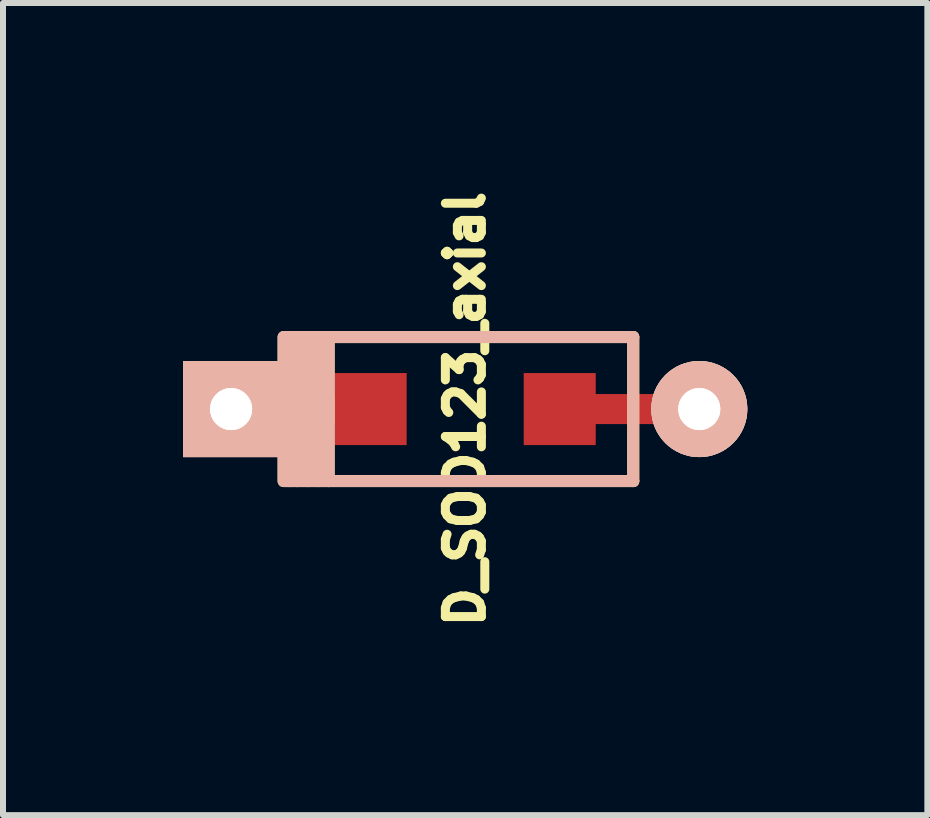
<source format=kicad_pcb>
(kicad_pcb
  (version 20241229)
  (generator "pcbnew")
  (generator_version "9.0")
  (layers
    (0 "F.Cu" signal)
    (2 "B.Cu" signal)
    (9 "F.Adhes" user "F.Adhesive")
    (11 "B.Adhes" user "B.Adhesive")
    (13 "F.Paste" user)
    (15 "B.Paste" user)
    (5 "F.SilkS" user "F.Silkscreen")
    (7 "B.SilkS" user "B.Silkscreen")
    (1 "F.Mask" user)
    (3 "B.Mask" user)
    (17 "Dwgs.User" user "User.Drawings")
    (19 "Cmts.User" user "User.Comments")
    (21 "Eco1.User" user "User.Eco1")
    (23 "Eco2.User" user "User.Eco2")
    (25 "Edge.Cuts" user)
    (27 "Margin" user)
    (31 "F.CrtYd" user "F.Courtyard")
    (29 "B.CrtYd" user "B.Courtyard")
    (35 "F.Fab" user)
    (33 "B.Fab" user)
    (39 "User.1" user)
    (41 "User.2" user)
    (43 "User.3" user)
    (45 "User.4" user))
  (footprint "D_SOD123_axial"
    (layer "F.Cu")
    (at 4.7 3.765)
    (property "Reference" "D_SOD123_axial" (at 0 0 270) (layer "F.SilkS") (effects (font (size 0.6 0.6) (thickness 0.15))))
    (attr smd)
    (fp_line (start -3.025 1.2) (end -3.025 -1.2) (stroke (width 0.2) (type solid)) (layer "F.SilkS"))
    (fp_line (start -3 -1.2) (end 2.8 -1.2) (stroke (width 0.2) (type solid)) (layer "F.SilkS"))
    (fp_line (start -2.925 -1.2) (end -2.925 1.2) (stroke (width 0.2) (type solid)) (layer "F.SilkS"))
    (fp_line (start -2.8 -1.2) (end -2.8 1.2) (stroke (width 0.2) (type solid)) (layer "F.SilkS"))
    (fp_line (start -2.625 -1.2) (end -2.625 1.2) (stroke (width 0.2) (type solid)) (layer "F.SilkS"))
    (fp_line (start -2.45 -1.2) (end -2.45 1.2) (stroke (width 0.2) (type solid)) (layer "F.SilkS"))
    (fp_line (start -2.275 -1.2) (end -2.275 1.2) (stroke (width 0.2) (type solid)) (layer "F.SilkS"))
    (fp_line (start 2.8 -1.2) (end 2.8 1.2) (stroke (width 0.2) (type solid)) (layer "F.SilkS"))
    (fp_line (start 2.8 1.2) (end -3 1.2) (stroke (width 0.2) (type solid)) (layer "F.SilkS"))
    (fp_line (start -3.025 -1.2) (end -3.025 1.2) (stroke (width 0.2) (type solid)) (layer "B.SilkS"))
    (fp_line (start -3 1.2) (end 2.8 1.2) (stroke (width 0.2) (type solid)) (layer "B.SilkS"))
    (fp_line (start -2.925 1.2) (end -2.925 -1.2) (stroke (width 0.2) (type solid)) (layer "B.SilkS"))
    (fp_line (start -2.8 1.2) (end -2.8 -1.2) (stroke (width 0.2) (type solid)) (layer "B.SilkS"))
    (fp_line (start -2.625 1.2) (end -2.625 -1.2) (stroke (width 0.2) (type solid)) (layer "B.SilkS"))
    (fp_line (start -2.45 1.2) (end -2.45 -1.2) (stroke (width 0.2) (type solid)) (layer "B.SilkS"))
    (fp_line (start -2.275 1.2) (end -2.275 -1.2) (stroke (width 0.2) (type solid)) (layer "B.SilkS"))
    (fp_line (start 2.8 -1.2) (end -3 -1.2) (stroke (width 0.2) (type solid)) (layer "B.SilkS"))
    (fp_line (start 2.8 1.2) (end 2.8 -1.2) (stroke (width 0.2) (type solid)) (layer "B.SilkS"))
    (pad "1" thru_hole rect (at -3.9 0) (size 1.6 1.6) (drill 0.7) (layers "*.Cu" "*.Mask" "F.SilkS"))
    (pad "1" thru_hole rect (at -3.9 0) (size 1.6 1.6) (drill 0.7) (layers "*.Cu" "*.Mask" "B.SilkS"))
    (pad "1" smd rect (at -2.7 0) (size 2.5 0.5) (layers "F.Cu"))
    (pad "1" smd rect (at -1.575 0) (size 1.2 1.2) (layers "F.Cu" "F.Mask" "F.Paste"))
    (pad "2" smd rect (at 1.575 0) (size 1.2 1.2) (layers "F.Cu" "F.Mask" "F.Paste"))
    (pad "2" smd rect (at 2.7 0) (size 2.5 0.5) (layers "F.Cu"))
    (pad "2" thru_hole circle (at 3.9 0) (size 1.6 1.6) (drill 0.7) (layers "*.Cu" "*.Mask" "F.SilkS"))
    (pad "2" thru_hole circle (at 3.9 0) (size 1.6 1.6) (drill 0.7) (layers "*.Cu" "*.Mask" "B.SilkS")))
  (gr_rect
    (start -3 -3)
    (end 12.4 10.53)
    (stroke (width 0.1) (type default))
    (fill no)
    (layer "Edge.Cuts")))
</source>
